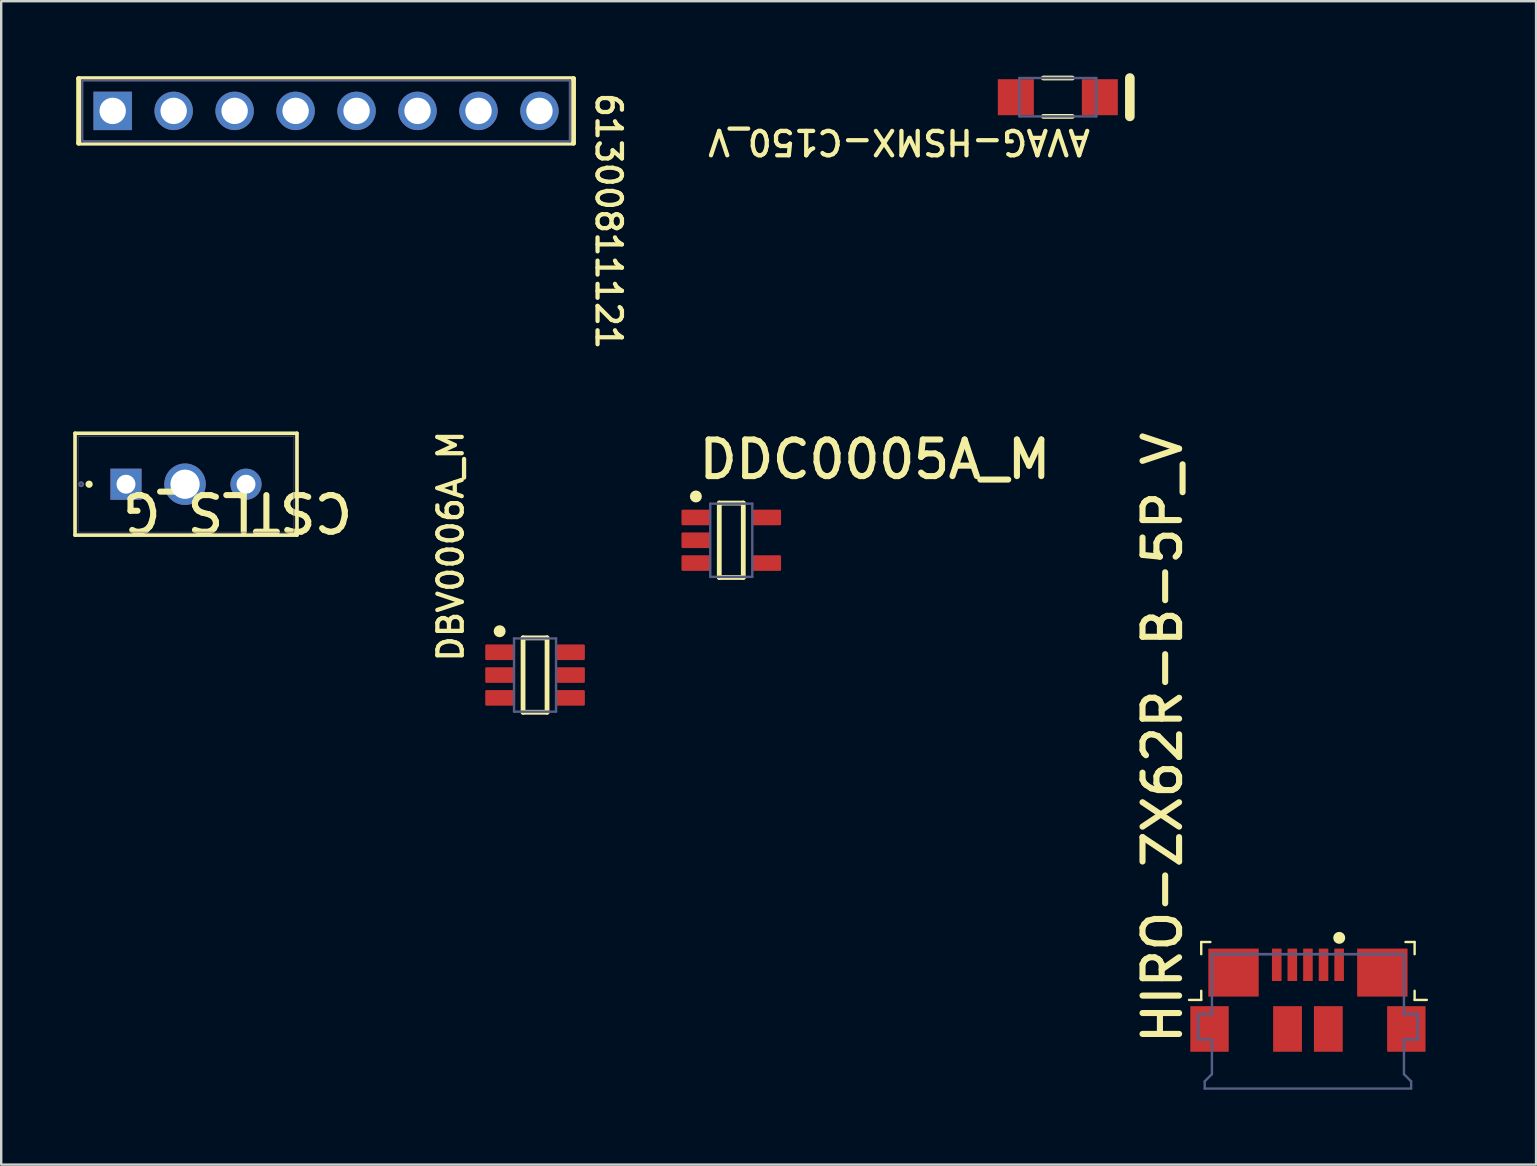
<source format=kicad_pcb>
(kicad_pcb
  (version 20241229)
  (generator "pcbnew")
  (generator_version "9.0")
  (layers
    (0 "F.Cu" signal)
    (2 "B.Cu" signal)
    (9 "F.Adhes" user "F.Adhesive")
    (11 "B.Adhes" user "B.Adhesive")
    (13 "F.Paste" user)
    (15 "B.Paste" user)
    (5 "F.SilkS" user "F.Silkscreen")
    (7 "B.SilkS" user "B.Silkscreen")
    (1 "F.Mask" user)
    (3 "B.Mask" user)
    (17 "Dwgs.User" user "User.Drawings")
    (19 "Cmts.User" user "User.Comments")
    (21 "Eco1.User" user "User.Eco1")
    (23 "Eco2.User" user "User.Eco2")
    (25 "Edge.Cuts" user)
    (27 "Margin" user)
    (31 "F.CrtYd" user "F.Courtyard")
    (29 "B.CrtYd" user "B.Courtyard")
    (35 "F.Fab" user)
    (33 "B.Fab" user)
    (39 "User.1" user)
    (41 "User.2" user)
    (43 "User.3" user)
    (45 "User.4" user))
  (footprint "61300811121"
    (layer "F.Cu")
    (at 10.535 1.57)
    (property "Reference" "61300811121" (at 11.176 -0.846 270) (unlocked yes) (layer "F.SilkS") (effects (font (size 1.016 1.016) (thickness 0.178)) (justify left bottom)))
    (fp_line (start -10.31 -1.345) (end -10.31 1.345) (stroke (width 0.2) (type solid)) (layer "F.SilkS"))
    (fp_line (start -10.31 -1.345) (end 10.31 -1.345) (stroke (width 0.2) (type solid)) (layer "F.SilkS"))
    (fp_line (start -10.31 1.345) (end 10.31 1.345) (stroke (width 0.2) (type solid)) (layer "F.SilkS"))
    (fp_line (start 10.31 -1.345) (end 10.31 1.345) (stroke (width 0.2) (type solid)) (layer "F.SilkS"))
    (fp_line (start -10.51 -1.545) (end -10.51 1.545) (stroke (width 0.05) (type solid)) (layer "Eco1.User"))
    (fp_line (start -10.51 -1.545) (end 10.51 -1.545) (stroke (width 0.05) (type solid)) (layer "Eco1.User"))
    (fp_line (start -10.51 1.545) (end 10.51 1.545) (stroke (width 0.05) (type solid)) (layer "Eco1.User"))
    (fp_line (start -0.5 0) (end 0.5 0) (stroke (width 0.05) (type solid)) (layer "Eco1.User"))
    (fp_line (start 0 -0.5) (end 0 0.5) (stroke (width 0.05) (type solid)) (layer "Eco1.User"))
    (fp_line (start 10.51 -1.545) (end 10.51 1.545) (stroke (width 0.05) (type solid)) (layer "Eco1.User"))
    (fp_line (start -10.16 -1.27) (end -10.16 1.27) (stroke (width 0.1) (type solid)) (layer "B.Fab"))
    (fp_line (start -10.16 -1.27) (end 10.16 -1.27) (stroke (width 0.1) (type solid)) (layer "B.Fab"))
    (fp_line (start -10.16 1.27) (end 10.16 1.27) (stroke (width 0.1) (type solid)) (layer "B.Fab"))
    (fp_line (start 10.16 -1.27) (end 10.16 1.27) (stroke (width 0.1) (type solid)) (layer "B.Fab"))
    (pad "1" thru_hole rect (at -8.89 0) (size 1.6 1.6) (drill 1.1) (layers "*.Cu" "*.Mask"))
    (pad "2" thru_hole circle (at -6.35 0) (size 1.6 1.6) (drill 1.1) (layers "*.Cu" "*.Mask"))
    (pad "3" thru_hole circle (at -3.81 0) (size 1.6 1.6) (drill 1.1) (layers "*.Cu" "*.Mask"))
    (pad "4" thru_hole circle (at -1.27 0) (size 1.6 1.6) (drill 1.1) (layers "*.Cu" "*.Mask"))
    (pad "5" thru_hole circle (at 1.27 0) (size 1.6 1.6) (drill 1.1) (layers "*.Cu" "*.Mask"))
    (pad "6" thru_hole circle (at 3.81 0) (size 1.6 1.6) (drill 1.1) (layers "*.Cu" "*.Mask"))
    (pad "7" thru_hole circle (at 6.35 0) (size 1.6 1.6) (drill 1.1) (layers "*.Cu" "*.Mask"))
    (pad "8" thru_hole circle (at 8.89 0) (size 1.6 1.6) (drill 1.1) (layers "*.Cu" "*.Mask")))
  (footprint "DBV0006A_M"
    (layer "F.Cu")
    (at 19.241 25.073)
    (property "Reference" "DBV0006A_M" (at -2.921 -0.466 90) (unlocked yes) (layer "F.SilkS") (effects (font (size 1.016 1.016) (thickness 0.178)) (justify left bottom)))
    (fp_line (start -0.5 1.55) (end -0.5 -1.55) (stroke (width 0.2) (type solid)) (layer "F.SilkS"))
    (fp_line (start 0.5 -1.55) (end -0.5 -1.55) (stroke (width 0.2) (type solid)) (layer "F.SilkS"))
    (fp_line (start 0.5 1.55) (end -0.5 1.55) (stroke (width 0.2) (type solid)) (layer "F.SilkS"))
    (fp_line (start 0.5 1.55) (end 0.5 -1.55) (stroke (width 0.2) (type solid)) (layer "F.SilkS"))
    (fp_circle (center -1.475 -1.825) (end -1.6 -1.825) (stroke (width 0.25) (type solid)) (fill no) (layer "F.SilkS"))
    (fp_line (start -2.55 2.05) (end -2.55 -2.05) (stroke (width 0.05) (type solid)) (layer "Eco1.User"))
    (fp_line (start 0 0.5) (end 0 -0.5) (stroke (width 0.1) (type solid)) (layer "Eco1.User"))
    (fp_line (start 0.5 0) (end -0.5 0) (stroke (width 0.1) (type solid)) (layer "Eco1.User"))
    (fp_line (start 2.55 -2.05) (end -2.55 -2.05) (stroke (width 0.05) (type solid)) (layer "Eco1.User"))
    (fp_line (start 2.55 2.05) (end -2.55 2.05) (stroke (width 0.05) (type solid)) (layer "Eco1.User"))
    (fp_line (start 2.55 2.05) (end 2.55 -2.05) (stroke (width 0.05) (type solid)) (layer "Eco1.User"))
    (fp_line (start -0.875 1.525) (end -0.875 -1.525) (stroke (width 0.1) (type solid)) (layer "B.Fab"))
    (fp_line (start 0.875 -1.525) (end -0.875 -1.525) (stroke (width 0.1) (type solid)) (layer "B.Fab"))
    (fp_line (start 0.875 1.525) (end -0.875 1.525) (stroke (width 0.1) (type solid)) (layer "B.Fab"))
    (fp_line (start 0.875 1.525) (end 0.875 -1.525) (stroke (width 0.1) (type solid)) (layer "B.Fab"))
    (fp_text user "${REFERENCE}" (at -0.635 0.127 0) (unlocked yes) (layer "User.1") (effects (font (size 0.4 0.4) (thickness 0.06))))
    (pad "1" smd roundrect (at -1.475 -0.95 90) (size 0.65 1.2) (layers "F.Cu" "F.Mask" "F.Paste") (roundrect_rratio 0.075))
    (pad "2" smd roundrect (at -1.475 0 90) (size 0.65 1.2) (layers "F.Cu" "F.Mask" "F.Paste") (roundrect_rratio 0.075))
    (pad "3" smd roundrect (at -1.475 0.95 90) (size 0.65 1.2) (layers "F.Cu" "F.Mask" "F.Paste") (roundrect_rratio 0.075))
    (pad "4" smd roundrect (at 1.475 0.95 90) (size 0.65 1.2) (layers "F.Cu" "F.Mask" "F.Paste") (roundrect_rratio 0.075))
    (pad "5" smd roundrect (at 1.475 0 90) (size 0.65 1.2) (layers "F.Cu" "F.Mask" "F.Paste") (roundrect_rratio 0.075))
    (pad "6" smd roundrect (at 1.475 -0.95 90) (size 0.65 1.2) (layers "F.Cu" "F.Mask" "F.Paste") (roundrect_rratio 0.075)))
  (footprint "CSTLS_G"
    (layer "F.Cu")
    (at 7.199 17.123)
    (property "Reference" "CSTLS_G" (at 4.572 0.254 180) (unlocked yes) (layer "F.SilkS") (effects (font (size 1.524 1.524) (thickness 0.254)) (justify left bottom)))
    (fp_line (start -7.123 -2.121) (end -7.123 2.121) (stroke (width 0.152) (type solid)) (layer "F.SilkS"))
    (fp_line (start 2.123 -2.121) (end -7.123 -2.121) (stroke (width 0.152) (type solid)) (layer "F.SilkS"))
    (fp_line (start 2.123 -2.121) (end 2.123 2.121) (stroke (width 0.152) (type solid)) (layer "F.SilkS"))
    (fp_line (start 2.123 2.121) (end -7.123 2.121) (stroke (width 0.152) (type solid)) (layer "F.SilkS"))
    (fp_circle (center -6.537 0) (end -6.537 0.076) (stroke (width 0.152) (type solid)) (fill no) (layer "F.SilkS"))
    (fp_line (start -5.902 -0.902) (end -5.902 0.902) (stroke (width 0.152) (type solid)) (layer "Eco1.User"))
    (fp_line (start 0.902 -0.902) (end 0.902 0.902) (stroke (width 0.152) (type solid)) (layer "Eco1.User"))
    (fp_line (start -6.996 -1.994) (end -6.996 1.994) (stroke (width 0.025) (type solid)) (layer "B.Fab"))
    (fp_line (start 1.996 -1.994) (end -6.996 -1.994) (stroke (width 0.025) (type solid)) (layer "B.Fab"))
    (fp_line (start 1.996 -1.994) (end 1.996 1.994) (stroke (width 0.025) (type solid)) (layer "B.Fab"))
    (fp_line (start 1.996 1.994) (end -6.996 1.994) (stroke (width 0.025) (type solid)) (layer "B.Fab"))
    (fp_circle (center -6.869 0) (end -6.869 0.076) (stroke (width 0.1) (type solid)) (fill no) (layer "B.Fab"))
    (fp_poly (pts (xy 1.029 2.375) (xy -6.029 2.375) (xy -6.029 -2.375) (xy 1.029 -2.375)) (stroke (width 0.1) (type default)) (fill no) (layer "User.5"))
    (pad "1" thru_hole rect (at -5 0) (size 1.295 1.295) (drill 0.787) (layers "*.Cu" "*.Mask"))
    (pad "2" thru_hole circle (at 0 0 180) (size 1.295 1.295) (drill 0.787) (layers "*.Cu" "*.Mask"))
    (pad "3" thru_hole circle (at -2.54 0) (size 1.727 1.727) (drill 1.219) (layers "*.Cu" "*.Mask")))
  (footprint "AVAG-HSMX-C150_V"
    (layer "F.Cu")
    (at 41.021 1)
    (property "Reference" "AVAG-HSMX-C150_V" (at 1.439 1.27 180) (unlocked yes) (layer "F.SilkS") (effects (font (size 1.016 1.016) (thickness 0.178)) (justify left bottom)))
    (fp_line (start 0.603 -0.8) (end -0.603 -0.8) (stroke (width 0.2) (type solid)) (layer "F.SilkS"))
    (fp_line (start 0.603 0.8) (end -0.603 0.8) (stroke (width 0.2) (type solid)) (layer "F.SilkS"))
    (fp_line (start 3 0.8) (end 3 -0.8) (stroke (width 0.4) (type solid)) (layer "F.SilkS"))
    (fp_line (start -2.6 0.85) (end -2.6 -0.85) (stroke (width 0.05) (type solid)) (layer "Eco1.User"))
    (fp_line (start 0 0.5) (end 0 -0.5) (stroke (width 0.1) (type solid)) (layer "Eco1.User"))
    (fp_line (start 0.5 0) (end -0.5 0) (stroke (width 0.1) (type solid)) (layer "Eco1.User"))
    (fp_line (start 2.6 -0.85) (end -2.6 -0.85) (stroke (width 0.05) (type solid)) (layer "Eco1.User"))
    (fp_line (start 2.6 0.85) (end -2.6 0.85) (stroke (width 0.05) (type solid)) (layer "Eco1.User"))
    (fp_line (start 2.6 0.85) (end 2.6 -0.85) (stroke (width 0.05) (type solid)) (layer "Eco1.User"))
    (fp_line (start -1.6 0.8) (end -1.6 -0.8) (stroke (width 0.1) (type solid)) (layer "B.Fab"))
    (fp_line (start 1.6 -0.8) (end -1.6 -0.8) (stroke (width 0.1) (type solid)) (layer "B.Fab"))
    (fp_line (start 1.6 0.8) (end -1.6 0.8) (stroke (width 0.1) (type solid)) (layer "B.Fab"))
    (fp_line (start 1.6 0.8) (end 1.6 -0.8) (stroke (width 0.1) (type solid)) (layer "B.Fab"))
    (pad "1" smd rect (at -1.75 0) (size 1.5 1.5) (layers "F.Cu" "F.Mask" "F.Paste"))
    (pad "2" smd rect (at 1.75 0 180) (size 1.5 1.5) (layers "F.Cu" "F.Mask" "F.Paste")))
  (footprint "HIRO-ZX62R-B-5P_V"
    (layer "F.Cu")
    (at 51.44 38.481)
    (property "Reference" "HIRO-ZX62R-B-5P_V" (at -5.168 2.074 90) (unlocked yes) (layer "F.SilkS") (effects (font (size 1.524 1.524) (thickness 0.254)) (justify left bottom)))
    (fp_line (start -4.445 -1.778) (end -4.445 -2.286) (stroke (width 0.1) (type solid)) (layer "F.SilkS"))
    (fp_line (start -4.445 0.127) (end -4.953 0.127) (stroke (width 0.1) (type solid)) (layer "F.SilkS"))
    (fp_line (start -4.445 0.127) (end -4.445 -0.254) (stroke (width 0.1) (type solid)) (layer "F.SilkS"))
    (fp_line (start -4.064 -2.286) (end -4.445 -2.286) (stroke (width 0.1) (type solid)) (layer "F.SilkS"))
    (fp_line (start 4.445 -2.286) (end 4.064 -2.286) (stroke (width 0.1) (type solid)) (layer "F.SilkS"))
    (fp_line (start 4.445 -1.778) (end 4.445 -2.286) (stroke (width 0.1) (type solid)) (layer "F.SilkS"))
    (fp_line (start 4.445 0.127) (end 4.445 -0.254) (stroke (width 0.1) (type solid)) (layer "F.SilkS"))
    (fp_line (start 4.953 0.127) (end 4.445 0.127) (stroke (width 0.1) (type solid)) (layer "F.SilkS"))
    (fp_circle (center 1.304 -2.459) (end 1.179 -2.459) (stroke (width 0.25) (type solid)) (fill no) (layer "F.SilkS"))
    (fp_line (start -4.6 2.8) (end -4.6 0) (stroke (width 0.1) (type solid)) (layer "Eco1.User"))
    (fp_line (start -4.6 3.937) (end -4.6 2.8) (stroke (width 0.1) (type solid)) (layer "Eco1.User"))
    (fp_line (start -4.2 0) (end -4.6 0) (stroke (width 0.1) (type solid)) (layer "Eco1.User"))
    (fp_line (start -4.2 0) (end -4.2 -2) (stroke (width 0.1) (type solid)) (layer "Eco1.User"))
    (fp_line (start 0 0.254) (end 0 -0.254) (stroke (width 0.1) (type solid)) (layer "Eco1.User"))
    (fp_line (start 0.254 0) (end -0.254 0) (stroke (width 0.1) (type solid)) (layer "Eco1.User"))
    (fp_line (start 4.2 -2) (end -4.2 -2) (stroke (width 0.1) (type solid)) (layer "Eco1.User"))
    (fp_line (start 4.2 0) (end 4.2 -2) (stroke (width 0.1) (type solid)) (layer "Eco1.User"))
    (fp_line (start 4.6 0) (end 4.2 0) (stroke (width 0.1) (type solid)) (layer "Eco1.User"))
    (fp_line (start 4.6 2.8) (end 4.6 0) (stroke (width 0.1) (type solid)) (layer "Eco1.User"))
    (fp_line (start 4.6 3.937) (end -4.6 3.937) (stroke (width 0.1) (type solid)) (layer "Eco1.User"))
    (fp_line (start 4.6 3.937) (end 4.6 2.8) (stroke (width 0.1) (type solid)) (layer "Eco1.User"))
    (fp_line (start -4.572 1.778) (end -4.572 0.72) (stroke (width 0.1) (type solid)) (layer "B.Fab"))
    (fp_line (start -4.3 3.52) (end -4 3.22) (stroke (width 0.1) (type solid)) (layer "B.Fab"))
    (fp_line (start -4.3 3.82) (end -4.3 3.52) (stroke (width 0.1) (type solid)) (layer "B.Fab"))
    (fp_line (start -4 0.72) (end -4.572 0.72) (stroke (width 0.1) (type solid)) (layer "B.Fab"))
    (fp_line (start -4 0.72) (end -4 -1.78) (stroke (width 0.1) (type solid)) (layer "B.Fab"))
    (fp_line (start -4 1.778) (end -4.572 1.778) (stroke (width 0.1) (type solid)) (layer "B.Fab"))
    (fp_line (start -4 3.22) (end -4 1.778) (stroke (width 0.1) (type solid)) (layer "B.Fab"))
    (fp_line (start 4 -1.78) (end -4 -1.78) (stroke (width 0.1) (type solid)) (layer "B.Fab"))
    (fp_line (start 4 -1.78) (end -4 -1.78) (stroke (width 0.1) (type solid)) (layer "B.Fab"))
    (fp_line (start 4 0.72) (end 4 -1.78) (stroke (width 0.1) (type solid)) (layer "B.Fab"))
    (fp_line (start 4 3.22) (end 4 1.778) (stroke (width 0.1) (type solid)) (layer "B.Fab"))
    (fp_line (start 4.3 3.52) (end 4 3.22) (stroke (width 0.1) (type solid)) (layer "B.Fab"))
    (fp_line (start 4.3 3.82) (end -4.3 3.82) (stroke (width 0.1) (type solid)) (layer "B.Fab"))
    (fp_line (start 4.3 3.82) (end 4.3 3.52) (stroke (width 0.1) (type solid)) (layer "B.Fab"))
    (fp_line (start 4.572 0.72) (end 4 0.72) (stroke (width 0.1) (type solid)) (layer "B.Fab"))
    (fp_line (start 4.572 1.778) (end 4 1.778) (stroke (width 0.1) (type solid)) (layer "B.Fab"))
    (fp_line (start 4.572 1.778) (end 4.572 0.72) (stroke (width 0.1) (type solid)) (layer "B.Fab"))
    (fp_line (start -2.82 2.8) (end -6 2.8) (stroke (width 0.1) (type solid)) (layer "User.1"))
    (fp_line (start -2.82 2.8) (end -2.82 0.9) (stroke (width 0.1) (type solid)) (layer "User.1"))
    (fp_line (start -1.92 0.9) (end -2.82 0.9) (stroke (width 0.1) (type solid)) (layer "User.1"))
    (fp_line (start -1.92 2.8) (end -1.92 0.9) (stroke (width 0.1) (type solid)) (layer "User.1"))
    (fp_line (start 0 2.8) (end -1.92 2.8) (stroke (width 0.1) (type solid)) (layer "User.1"))
    (fp_line (start 1.92 2.8) (end 0 2.8) (stroke (width 0.1) (type solid)) (layer "User.1"))
    (fp_line (start 1.92 2.8) (end 1.92 0.9) (stroke (width 0.1) (type solid)) (layer "User.1"))
    (fp_line (start 2.82 0.9) (end 1.92 0.9) (stroke (width 0.1) (type solid)) (layer "User.1"))
    (fp_line (start 2.82 2.8) (end 2.82 0.9) (stroke (width 0.1) (type solid)) (layer "User.1"))
    (fp_line (start 6 2.8) (end 2.82 2.8) (stroke (width 0.1) (type solid)) (layer "User.1"))
    (fp_text user "Board edge" (at 5.588 2.667 0) (unlocked yes) (layer "User.1") (effects (font (size 0.2 0.2) (thickness 0.05))))
    (pad "1" smd rect (at 1.3 -1.337 90) (size 1.35 0.4) (layers "F.Cu" "F.Mask" "F.Paste"))
    (pad "2" smd rect (at 0.65 -1.337 90) (size 1.35 0.4) (layers "F.Cu" "F.Mask" "F.Paste"))
    (pad "3" smd rect (at 0 -1.337 90) (size 1.35 0.4) (layers "F.Cu" "F.Mask" "F.Paste"))
    (pad "4" smd rect (at -0.65 -1.337 90) (size 1.35 0.4) (layers "F.Cu" "F.Mask" "F.Paste"))
    (pad "5" smd rect (at -1.3 -1.337 90) (size 1.35 0.4) (layers "F.Cu" "F.Mask" "F.Paste"))
    (pad "6" smd rect (at -3.1 -1.012 180) (size 2.1 2) (layers "F.Cu" "F.Mask" "F.Paste"))
    (pad "7" smd rect (at -4.1 1.337 180) (size 1.6 1.9) (layers "F.Cu" "F.Mask" "F.Paste"))
    (pad "8" smd rect (at -0.85 1.337 180) (size 1.2 1.9) (layers "F.Cu" "F.Mask" "F.Paste"))
    (pad "9" smd rect (at 0.85 1.337 180) (size 1.2 1.9) (layers "F.Cu" "F.Mask" "F.Paste"))
    (pad "10" smd rect (at 4.1 1.337 180) (size 1.6 1.9) (layers "F.Cu" "F.Mask" "F.Paste"))
    (pad "11" smd rect (at 3.1 -1.012 180) (size 2.1 2) (layers "F.Cu" "F.Mask" "F.Paste")))
  (footprint "DDC0005A_M"
    (layer "F.Cu")
    (at 27.416 19.458)
    (property "Reference" "DDC0005A_M" (at -1.475 -2.474 0) (unlocked yes) (layer "F.SilkS") (effects (font (size 1.524 1.524) (thickness 0.254)) (justify left bottom)))
    (fp_line (start -0.5 -1.55) (end 0.5 -1.55) (stroke (width 0.2) (type solid)) (layer "F.SilkS"))
    (fp_line (start -0.5 1.55) (end -0.5 -1.55) (stroke (width 0.2) (type solid)) (layer "F.SilkS"))
    (fp_line (start -0.5 1.55) (end 0.5 1.55) (stroke (width 0.2) (type solid)) (layer "F.SilkS"))
    (fp_line (start 0.5 1.55) (end 0.5 -1.55) (stroke (width 0.2) (type solid)) (layer "F.SilkS"))
    (fp_circle (center -1.475 -1.825) (end -1.475 -1.95) (stroke (width 0.25) (type solid)) (fill no) (layer "F.SilkS"))
    (fp_line (start -2.575 -2.05) (end 2.54 -2.05) (stroke (width 0.05) (type solid)) (layer "Eco1.User"))
    (fp_line (start -2.575 2.05) (end -2.575 -2.05) (stroke (width 0.05) (type solid)) (layer "Eco1.User"))
    (fp_line (start -2.575 2.05) (end 2.54 2.05) (stroke (width 0.05) (type solid)) (layer "Eco1.User"))
    (fp_line (start -0.5 0) (end 0.5 0) (stroke (width 0.1) (type solid)) (layer "Eco1.User"))
    (fp_line (start 0 0.5) (end 0 -0.5) (stroke (width 0.1) (type solid)) (layer "Eco1.User"))
    (fp_line (start 2.54 2.05) (end 2.54 -2.05) (stroke (width 0.05) (type solid)) (layer "Eco1.User"))
    (fp_line (start -0.875 -1.525) (end 0.875 -1.525) (stroke (width 0.1) (type solid)) (layer "B.Fab"))
    (fp_line (start -0.875 1.525) (end -0.875 -1.525) (stroke (width 0.1) (type solid)) (layer "B.Fab"))
    (fp_line (start -0.875 1.525) (end 0.875 1.525) (stroke (width 0.1) (type solid)) (layer "B.Fab"))
    (fp_line (start 0.875 1.525) (end 0.875 -1.525) (stroke (width 0.1) (type solid)) (layer "B.Fab"))
    (fp_text user "${REFERENCE}" (at -0.635 0.254 0) (unlocked yes) (layer "User.1") (effects (font (size 0.4 0.4) (thickness 0.05))))
    (pad "1" smd roundrect (at -1.475 -0.95 90) (size 0.65 1.2) (layers "F.Cu" "F.Mask" "F.Paste") (roundrect_rratio 0.075))
    (pad "2" smd roundrect (at -1.475 0 90) (size 0.65 1.2) (layers "F.Cu" "F.Mask" "F.Paste") (roundrect_rratio 0.075))
    (pad "3" smd roundrect (at -1.475 0.95 90) (size 0.65 1.2) (layers "F.Cu" "F.Mask" "F.Paste") (roundrect_rratio 0.075))
    (pad "4" smd roundrect (at 1.475 0.95 90) (size 0.65 1.2) (layers "F.Cu" "F.Mask" "F.Paste") (roundrect_rratio 0.075))
    (pad "5" smd roundrect (at 1.475 -0.95 90) (size 0.65 1.2) (layers "F.Cu" "F.Mask" "F.Paste") (roundrect_rratio 0.075)))
  (gr_rect
    (start -3 -3)
    (end 60.945 45.468)
    (stroke (width 0.1) (type default))
    (fill no)
    (layer "Edge.Cuts")))
</source>
